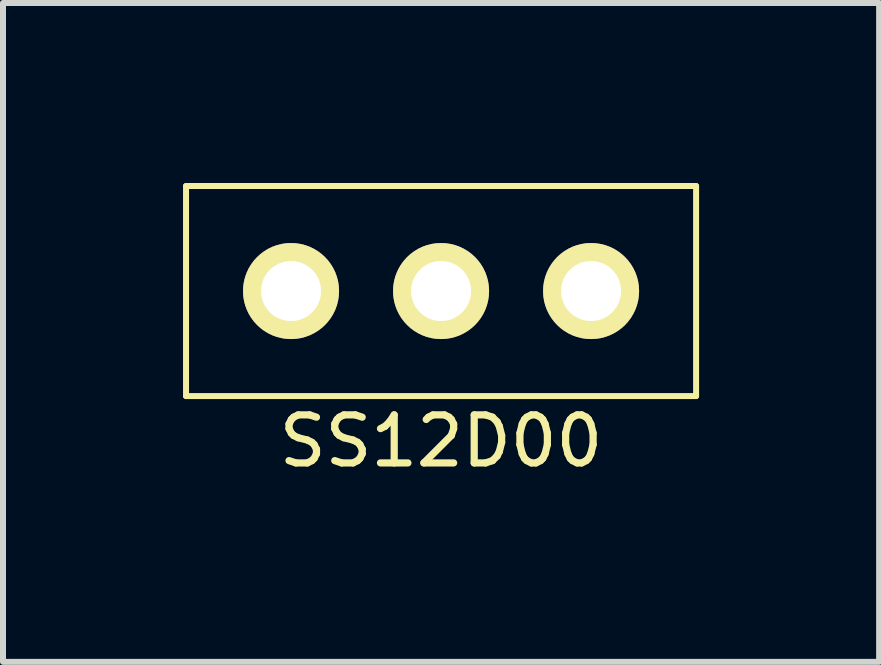
<source format=kicad_pcb>
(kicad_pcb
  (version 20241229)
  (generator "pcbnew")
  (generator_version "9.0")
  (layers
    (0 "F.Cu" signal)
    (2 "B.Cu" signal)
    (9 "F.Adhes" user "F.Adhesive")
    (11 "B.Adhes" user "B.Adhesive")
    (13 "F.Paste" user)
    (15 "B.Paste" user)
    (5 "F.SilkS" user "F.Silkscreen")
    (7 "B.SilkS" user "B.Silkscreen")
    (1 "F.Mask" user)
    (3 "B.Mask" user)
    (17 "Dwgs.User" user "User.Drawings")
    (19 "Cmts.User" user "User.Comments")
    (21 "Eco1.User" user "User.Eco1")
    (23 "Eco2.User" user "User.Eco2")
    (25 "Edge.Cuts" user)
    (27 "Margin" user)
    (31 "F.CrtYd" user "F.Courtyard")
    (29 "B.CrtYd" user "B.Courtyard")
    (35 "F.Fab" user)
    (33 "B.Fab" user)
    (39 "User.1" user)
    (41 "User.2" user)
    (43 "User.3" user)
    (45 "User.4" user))
  (footprint "SS12D00"
    (layer "F.Cu")
    (at 4.3 1.8)
    (property "Reference" "SS12D00" (at 0 2.5 0) (layer "F.SilkS") (effects (font (size 0.8 0.8) (thickness 0.12))))
    (attr through_hole)
    (fp_line (start -4.25 -1.75) (end 4.25 -1.75) (stroke (width 0.1) (type solid)) (layer "F.SilkS"))
    (fp_line (start -4.25 1.75) (end -4.25 -1.75) (stroke (width 0.1) (type solid)) (layer "F.SilkS"))
    (fp_line (start 4.25 -1.75) (end 4.25 1.75) (stroke (width 0.1) (type solid)) (layer "F.SilkS"))
    (fp_line (start 4.25 1.75) (end -4.25 1.75) (stroke (width 0.1) (type solid)) (layer "F.SilkS"))
    (pad "1" thru_hole circle (at -2.5 0) (size 1.6 1.6) (drill 1) (layers "*.Cu" "*.Mask" "F.SilkS"))
    (pad "2" thru_hole circle (at 0 0) (size 1.6 1.6) (drill 1) (layers "*.Cu" "*.Mask" "F.SilkS"))
    (pad "3" thru_hole circle (at 2.5 0) (size 1.6 1.6) (drill 1) (layers "*.Cu" "*.Mask" "F.SilkS")))
  (gr_rect
    (start -3 -3)
    (end 11.6 7.979)
    (stroke (width 0.1) (type default))
    (fill no)
    (layer "Edge.Cuts")))
</source>
